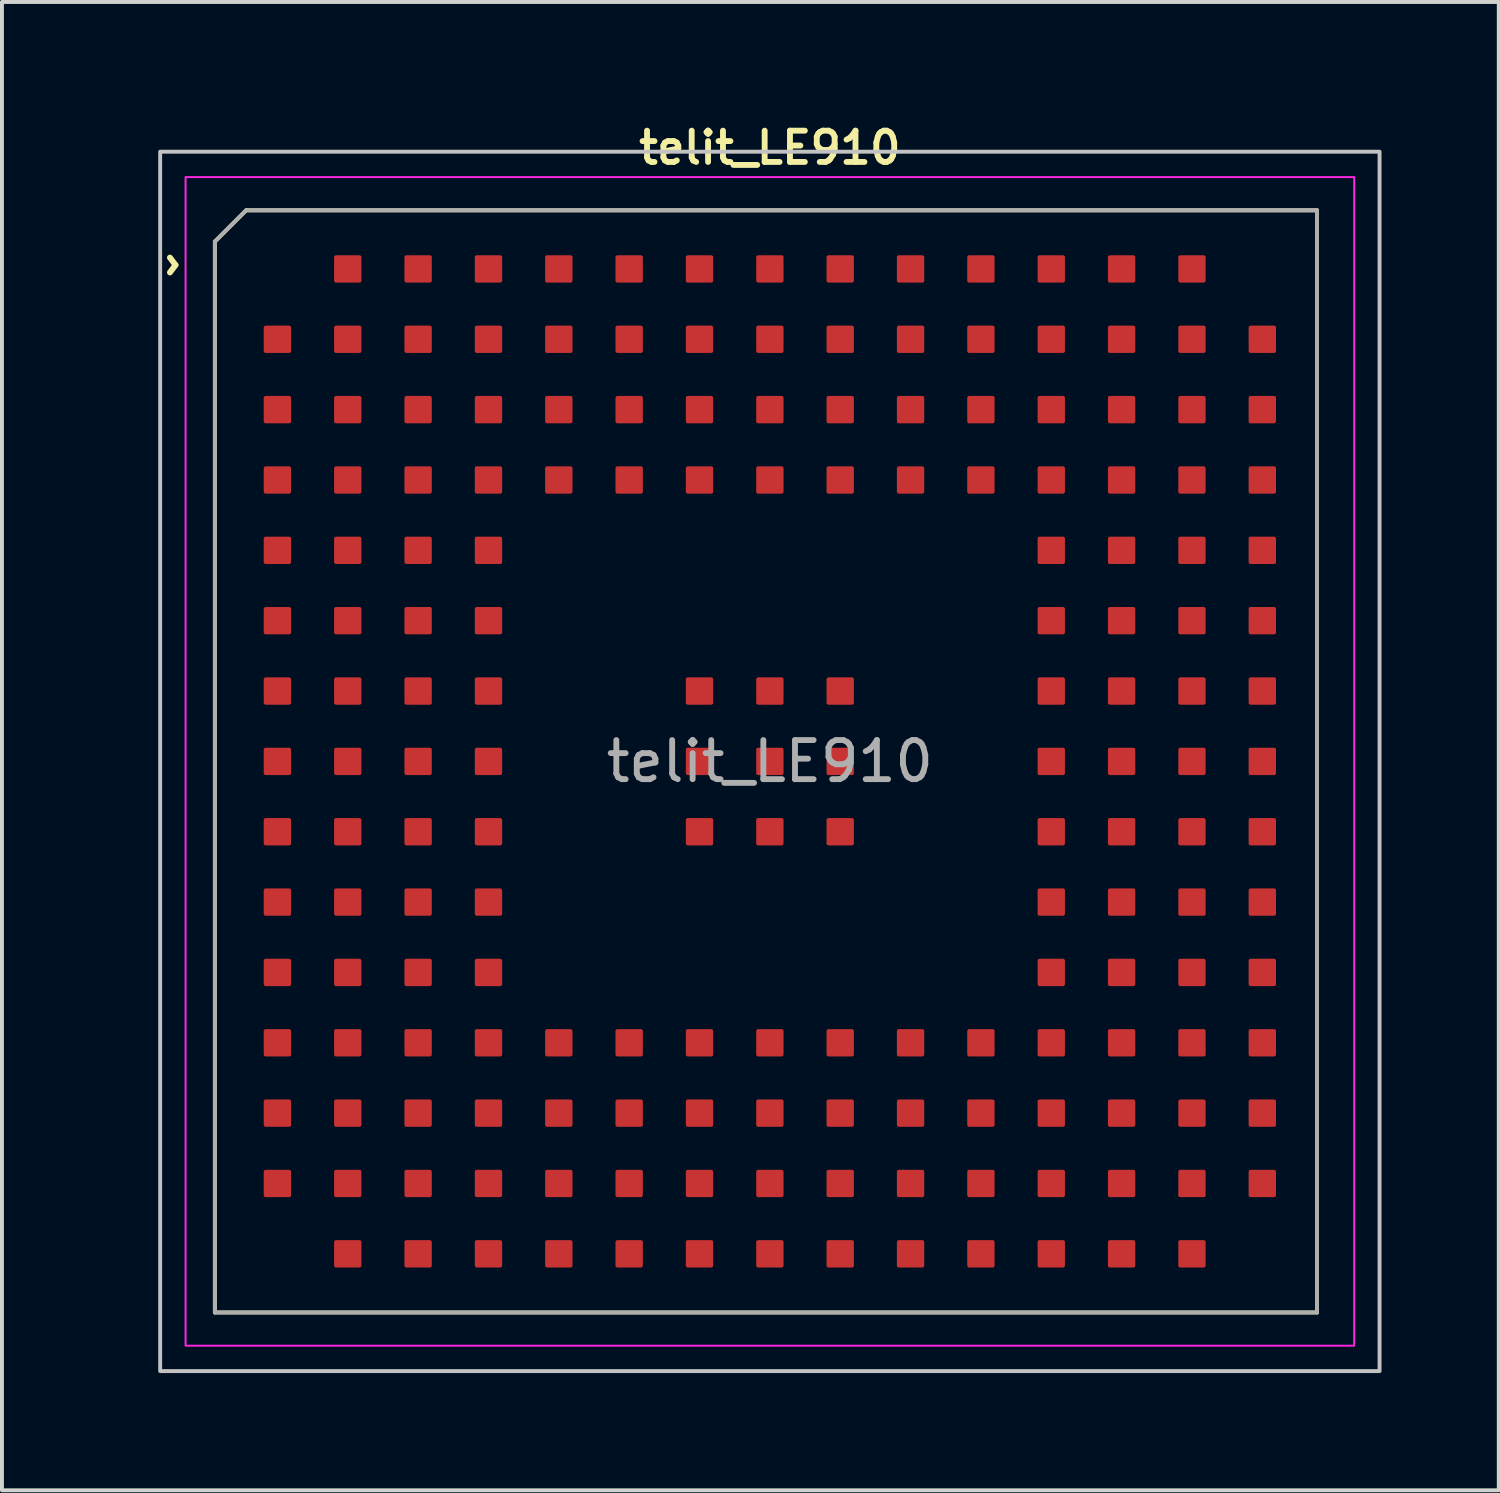
<source format=kicad_pcb>
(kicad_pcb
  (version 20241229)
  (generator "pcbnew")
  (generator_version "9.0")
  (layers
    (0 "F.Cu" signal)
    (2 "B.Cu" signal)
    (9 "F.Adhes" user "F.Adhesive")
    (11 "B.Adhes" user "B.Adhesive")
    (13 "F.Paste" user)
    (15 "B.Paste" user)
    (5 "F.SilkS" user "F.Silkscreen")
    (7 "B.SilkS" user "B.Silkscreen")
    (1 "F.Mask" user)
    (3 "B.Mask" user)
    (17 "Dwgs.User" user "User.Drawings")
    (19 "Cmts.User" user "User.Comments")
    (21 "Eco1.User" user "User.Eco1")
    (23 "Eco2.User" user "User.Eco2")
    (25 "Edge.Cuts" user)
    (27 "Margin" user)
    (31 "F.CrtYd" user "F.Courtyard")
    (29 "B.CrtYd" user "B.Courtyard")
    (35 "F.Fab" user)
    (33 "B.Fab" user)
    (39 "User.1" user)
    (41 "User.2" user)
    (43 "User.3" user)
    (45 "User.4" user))
  (footprint "telit_LE910"
    (layer "F.Cu")
    (at 16.648 16.431)
    (property "Reference" "telit_LE910" (at 0 -15.7 0) (layer "F.SilkS") (effects (font (size 0.8 0.8) (thickness 0.15))))
    (attr smd)
    (fp_line (start -14.2 14.1) (end -14.2 -13.3) (stroke (width 0.1) (type default)) (layer "F.SilkS"))
    (fp_line (start -13.4 -14.1) (end -14.2 -13.3) (stroke (width 0.1) (type default)) (layer "F.SilkS"))
    (fp_line (start -13.4 -14.1) (end 14 -14.1) (stroke (width 0.1) (type default)) (layer "F.SilkS"))
    (fp_line (start 14 -14.1) (end 14 14.1) (stroke (width 0.1) (type default)) (layer "F.SilkS"))
    (fp_line (start 14 14.1) (end -14.2 14.1) (stroke (width 0.1) (type default)) (layer "F.SilkS"))
    (fp_rect (start -15.6 -15.6) (end 15.6 15.6) (stroke (width 0.1) (type default)) (fill no) (layer "Dwgs.User"))
    (fp_rect (start -14.95 -14.95) (end 14.95 14.95) (stroke (width 0.05) (type default)) (fill no) (layer "F.CrtYd"))
    (fp_poly (pts (xy -13.4 -14.1) (xy 14 -14.1) (xy 14 14.1) (xy -14.2 14.1) (xy -14.2 -13.3)) (stroke (width 0.1) (type solid)) (fill no) (layer "F.Fab"))
    (fp_text user "^" (at -15.8 -12.7 270) (unlocked yes) (layer "F.SilkS") (effects (font (size 1 1) (thickness 0.15))))
    (fp_text user "${REFERENCE}" (at 0 0 0) (layer "F.Fab") (effects (font (size 1 1) (thickness 0.15))))
    (pad "A2" smd roundrect (at -12.6 -10.8) (size 0.7 0.7) (layers "F.Cu" "F.Mask" "F.Paste") (roundrect_rratio 0.071))
    (pad "A3" smd roundrect (at -12.6 -9) (size 0.7 0.7) (layers "F.Cu" "F.Mask" "F.Paste") (roundrect_rratio 0.071))
    (pad "A4" smd roundrect (at -12.6 -7.2) (size 0.7 0.7) (layers "F.Cu" "F.Mask" "F.Paste") (roundrect_rratio 0.071))
    (pad "A5" smd roundrect (at -12.6 -5.4) (size 0.7 0.7) (layers "F.Cu" "F.Mask" "F.Paste") (roundrect_rratio 0.071))
    (pad "A6" smd roundrect (at -12.6 -3.6) (size 0.7 0.7) (layers "F.Cu" "F.Mask" "F.Paste") (roundrect_rratio 0.071))
    (pad "A7" smd roundrect (at -12.6 -1.8) (size 0.7 0.7) (layers "F.Cu" "F.Mask" "F.Paste") (roundrect_rratio 0.071))
    (pad "A8" smd roundrect (at -12.6 0) (size 0.7 0.7) (layers "F.Cu" "F.Mask" "F.Paste") (roundrect_rratio 0.071))
    (pad "A9" smd roundrect (at -12.6 1.8) (size 0.7 0.7) (layers "F.Cu" "F.Mask" "F.Paste") (roundrect_rratio 0.071))
    (pad "A10" smd roundrect (at -12.6 3.6) (size 0.7 0.7) (layers "F.Cu" "F.Mask" "F.Paste") (roundrect_rratio 0.071))
    (pad "A11" smd roundrect (at -12.6 5.4) (size 0.7 0.7) (layers "F.Cu" "F.Mask" "F.Paste") (roundrect_rratio 0.071))
    (pad "A12" smd roundrect (at -12.6 7.2) (size 0.7 0.7) (layers "F.Cu" "F.Mask" "F.Paste") (roundrect_rratio 0.071))
    (pad "A13" smd roundrect (at -12.6 9) (size 0.7 0.7) (layers "F.Cu" "F.Mask" "F.Paste") (roundrect_rratio 0.071))
    (pad "A14" smd roundrect (at -12.6 10.8) (size 0.7 0.7) (layers "F.Cu" "F.Mask" "F.Paste") (roundrect_rratio 0.071))
    (pad "B1" smd roundrect (at -10.8 -12.6) (size 0.7 0.7) (layers "F.Cu" "F.Mask" "F.Paste") (roundrect_rratio 0.071))
    (pad "B2" smd roundrect (at -10.8 -10.8) (size 0.7 0.7) (layers "F.Cu" "F.Mask" "F.Paste") (roundrect_rratio 0.071))
    (pad "B3" smd roundrect (at -10.8 -9) (size 0.7 0.7) (layers "F.Cu" "F.Mask" "F.Paste") (roundrect_rratio 0.071))
    (pad "B4" smd roundrect (at -10.8 -7.2) (size 0.7 0.7) (layers "F.Cu" "F.Mask" "F.Paste") (roundrect_rratio 0.071))
    (pad "B5" smd roundrect (at -10.8 -5.4) (size 0.7 0.7) (layers "F.Cu" "F.Mask" "F.Paste") (roundrect_rratio 0.071))
    (pad "B6" smd roundrect (at -10.8 -3.6) (size 0.7 0.7) (layers "F.Cu" "F.Mask" "F.Paste") (roundrect_rratio 0.071))
    (pad "B7" smd roundrect (at -10.8 -1.8) (size 0.7 0.7) (layers "F.Cu" "F.Mask" "F.Paste") (roundrect_rratio 0.071))
    (pad "B8" smd roundrect (at -10.8 0) (size 0.7 0.7) (layers "F.Cu" "F.Mask" "F.Paste") (roundrect_rratio 0.071))
    (pad "B9" smd roundrect (at -10.8 1.8) (size 0.7 0.7) (layers "F.Cu" "F.Mask" "F.Paste") (roundrect_rratio 0.071))
    (pad "B10" smd roundrect (at -10.8 3.6) (size 0.7 0.7) (layers "F.Cu" "F.Mask" "F.Paste") (roundrect_rratio 0.071))
    (pad "B11" smd roundrect (at -10.8 5.4) (size 0.7 0.7) (layers "F.Cu" "F.Mask" "F.Paste") (roundrect_rratio 0.071))
    (pad "B12" smd roundrect (at -10.8 7.2) (size 0.7 0.7) (layers "F.Cu" "F.Mask" "F.Paste") (roundrect_rratio 0.071))
    (pad "B13" smd roundrect (at -10.8 9) (size 0.7 0.7) (layers "F.Cu" "F.Mask" "F.Paste") (roundrect_rratio 0.071))
    (pad "B14" smd roundrect (at -10.8 10.8) (size 0.7 0.7) (layers "F.Cu" "F.Mask" "F.Paste") (roundrect_rratio 0.071))
    (pad "B15" smd roundrect (at -10.8 12.6) (size 0.7 0.7) (layers "F.Cu" "F.Mask" "F.Paste") (roundrect_rratio 0.071))
    (pad "C1" smd roundrect (at -9 -12.6) (size 0.7 0.7) (layers "F.Cu" "F.Mask" "F.Paste") (roundrect_rratio 0.071))
    (pad "C2" smd roundrect (at -9 -10.8) (size 0.7 0.7) (layers "F.Cu" "F.Mask" "F.Paste") (roundrect_rratio 0.071))
    (pad "C3" smd roundrect (at -9 -9) (size 0.7 0.7) (layers "F.Cu" "F.Mask" "F.Paste") (roundrect_rratio 0.071))
    (pad "C4" smd roundrect (at -9 -7.2) (size 0.7 0.7) (layers "F.Cu" "F.Mask" "F.Paste") (roundrect_rratio 0.071))
    (pad "C5" smd roundrect (at -9 -5.4) (size 0.7 0.7) (layers "F.Cu" "F.Mask" "F.Paste") (roundrect_rratio 0.071))
    (pad "C6" smd roundrect (at -9 -3.6) (size 0.7 0.7) (layers "F.Cu" "F.Mask" "F.Paste") (roundrect_rratio 0.071))
    (pad "C7" smd roundrect (at -9 -1.8) (size 0.7 0.7) (layers "F.Cu" "F.Mask" "F.Paste") (roundrect_rratio 0.071))
    (pad "C8" smd roundrect (at -9 0) (size 0.7 0.7) (layers "F.Cu" "F.Mask" "F.Paste") (roundrect_rratio 0.071))
    (pad "C9" smd roundrect (at -9 1.8) (size 0.7 0.7) (layers "F.Cu" "F.Mask" "F.Paste") (roundrect_rratio 0.071))
    (pad "C10" smd roundrect (at -9 3.6) (size 0.7 0.7) (layers "F.Cu" "F.Mask" "F.Paste") (roundrect_rratio 0.071))
    (pad "C11" smd roundrect (at -9 5.4) (size 0.7 0.7) (layers "F.Cu" "F.Mask" "F.Paste") (roundrect_rratio 0.071))
    (pad "C12" smd roundrect (at -9 7.2) (size 0.7 0.7) (layers "F.Cu" "F.Mask" "F.Paste") (roundrect_rratio 0.071))
    (pad "C13" smd roundrect (at -9 9) (size 0.7 0.7) (layers "F.Cu" "F.Mask" "F.Paste") (roundrect_rratio 0.071))
    (pad "C14" smd roundrect (at -9 10.8) (size 0.7 0.7) (layers "F.Cu" "F.Mask" "F.Paste") (roundrect_rratio 0.071))
    (pad "C15" smd roundrect (at -9 12.6) (size 0.7 0.7) (layers "F.Cu" "F.Mask" "F.Paste") (roundrect_rratio 0.071))
    (pad "D1" smd roundrect (at -7.2 -12.6) (size 0.7 0.7) (layers "F.Cu" "F.Mask" "F.Paste") (roundrect_rratio 0.071))
    (pad "D2" smd roundrect (at -7.2 -10.8) (size 0.7 0.7) (layers "F.Cu" "F.Mask" "F.Paste") (roundrect_rratio 0.071))
    (pad "D3" smd roundrect (at -7.2 -9) (size 0.7 0.7) (layers "F.Cu" "F.Mask" "F.Paste") (roundrect_rratio 0.071))
    (pad "D4" smd roundrect (at -7.2 -7.2) (size 0.7 0.7) (layers "F.Cu" "F.Mask" "F.Paste") (roundrect_rratio 0.071))
    (pad "D5" smd roundrect (at -7.2 -5.4) (size 0.7 0.7) (layers "F.Cu" "F.Mask" "F.Paste") (roundrect_rratio 0.071))
    (pad "D6" smd roundrect (at -7.2 -3.6) (size 0.7 0.7) (layers "F.Cu" "F.Mask" "F.Paste") (roundrect_rratio 0.071))
    (pad "D7" smd roundrect (at -7.2 -1.8) (size 0.7 0.7) (layers "F.Cu" "F.Mask" "F.Paste") (roundrect_rratio 0.071))
    (pad "D8" smd roundrect (at -7.2 0) (size 0.7 0.7) (layers "F.Cu" "F.Mask" "F.Paste") (roundrect_rratio 0.071))
    (pad "D9" smd roundrect (at -7.2 1.8) (size 0.7 0.7) (layers "F.Cu" "F.Mask" "F.Paste") (roundrect_rratio 0.071))
    (pad "D10" smd roundrect (at -7.2 3.6) (size 0.7 0.7) (layers "F.Cu" "F.Mask" "F.Paste") (roundrect_rratio 0.071))
    (pad "D11" smd roundrect (at -7.2 5.4) (size 0.7 0.7) (layers "F.Cu" "F.Mask" "F.Paste") (roundrect_rratio 0.071))
    (pad "D12" smd roundrect (at -7.2 7.2) (size 0.7 0.7) (layers "F.Cu" "F.Mask" "F.Paste") (roundrect_rratio 0.071))
    (pad "D13" smd roundrect (at -7.2 9) (size 0.7 0.7) (layers "F.Cu" "F.Mask" "F.Paste") (roundrect_rratio 0.071))
    (pad "D14" smd roundrect (at -7.2 10.8) (size 0.7 0.7) (layers "F.Cu" "F.Mask" "F.Paste") (roundrect_rratio 0.071))
    (pad "D15" smd roundrect (at -7.2 12.6) (size 0.7 0.7) (layers "F.Cu" "F.Mask" "F.Paste") (roundrect_rratio 0.071))
    (pad "E1" smd roundrect (at -5.4 -12.6) (size 0.7 0.7) (layers "F.Cu" "F.Mask" "F.Paste") (roundrect_rratio 0.071))
    (pad "E2" smd roundrect (at -5.4 -10.8) (size 0.7 0.7) (layers "F.Cu" "F.Mask" "F.Paste") (roundrect_rratio 0.071))
    (pad "E3" smd roundrect (at -5.4 -9) (size 0.7 0.7) (layers "F.Cu" "F.Mask" "F.Paste") (roundrect_rratio 0.071))
    (pad "E4" smd roundrect (at -5.4 -7.2) (size 0.7 0.7) (layers "F.Cu" "F.Mask" "F.Paste") (roundrect_rratio 0.071))
    (pad "E12" smd roundrect (at -5.4 7.2) (size 0.7 0.7) (layers "F.Cu" "F.Mask" "F.Paste") (roundrect_rratio 0.071))
    (pad "E13" smd roundrect (at -5.4 9) (size 0.7 0.7) (layers "F.Cu" "F.Mask" "F.Paste") (roundrect_rratio 0.071))
    (pad "E14" smd roundrect (at -5.4 10.8) (size 0.7 0.7) (layers "F.Cu" "F.Mask" "F.Paste") (roundrect_rratio 0.071))
    (pad "E15" smd roundrect (at -5.4 12.6) (size 0.7 0.7) (layers "F.Cu" "F.Mask" "F.Paste") (roundrect_rratio 0.071))
    (pad "F1" smd roundrect (at -3.6 -12.6) (size 0.7 0.7) (layers "F.Cu" "F.Mask" "F.Paste") (roundrect_rratio 0.071))
    (pad "F2" smd roundrect (at -3.6 -10.8) (size 0.7 0.7) (layers "F.Cu" "F.Mask" "F.Paste") (roundrect_rratio 0.071))
    (pad "F3" smd roundrect (at -3.6 -9) (size 0.7 0.7) (layers "F.Cu" "F.Mask" "F.Paste") (roundrect_rratio 0.071))
    (pad "F4" smd roundrect (at -3.6 -7.2) (size 0.7 0.7) (layers "F.Cu" "F.Mask" "F.Paste") (roundrect_rratio 0.071))
    (pad "F12" smd roundrect (at -3.6 7.2) (size 0.7 0.7) (layers "F.Cu" "F.Mask" "F.Paste") (roundrect_rratio 0.071))
    (pad "F13" smd roundrect (at -3.6 9) (size 0.7 0.7) (layers "F.Cu" "F.Mask" "F.Paste") (roundrect_rratio 0.071))
    (pad "F14" smd roundrect (at -3.6 10.8) (size 0.7 0.7) (layers "F.Cu" "F.Mask" "F.Paste") (roundrect_rratio 0.071))
    (pad "F15" smd roundrect (at -3.6 12.6) (size 0.7 0.7) (layers "F.Cu" "F.Mask" "F.Paste") (roundrect_rratio 0.071))
    (pad "G1" smd roundrect (at -1.8 -12.6) (size 0.7 0.7) (layers "F.Cu" "F.Mask" "F.Paste") (roundrect_rratio 0.071))
    (pad "G2" smd roundrect (at -1.8 -10.8) (size 0.7 0.7) (layers "F.Cu" "F.Mask" "F.Paste") (roundrect_rratio 0.071))
    (pad "G3" smd roundrect (at -1.8 -9) (size 0.7 0.7) (layers "F.Cu" "F.Mask" "F.Paste") (roundrect_rratio 0.071))
    (pad "G4" smd roundrect (at -1.8 -7.2) (size 0.7 0.7) (layers "F.Cu" "F.Mask" "F.Paste") (roundrect_rratio 0.071))
    (pad "G7" smd roundrect (at -1.8 -1.8) (size 0.7 0.7) (layers "F.Cu" "F.Mask" "F.Paste") (roundrect_rratio 0.071))
    (pad "G8" smd roundrect (at -1.8 0) (size 0.7 0.7) (layers "F.Cu" "F.Mask" "F.Paste") (roundrect_rratio 0.071))
    (pad "G9" smd roundrect (at -1.8 1.8) (size 0.7 0.7) (layers "F.Cu" "F.Mask" "F.Paste") (roundrect_rratio 0.071))
    (pad "G12" smd roundrect (at -1.8 7.2) (size 0.7 0.7) (layers "F.Cu" "F.Mask" "F.Paste") (roundrect_rratio 0.071))
    (pad "G13" smd roundrect (at -1.8 9) (size 0.7 0.7) (layers "F.Cu" "F.Mask" "F.Paste") (roundrect_rratio 0.071))
    (pad "G14" smd roundrect (at -1.8 10.8) (size 0.7 0.7) (layers "F.Cu" "F.Mask" "F.Paste") (roundrect_rratio 0.071))
    (pad "G15" smd roundrect (at -1.8 12.6) (size 0.7 0.7) (layers "F.Cu" "F.Mask" "F.Paste") (roundrect_rratio 0.071))
    (pad "H1" smd roundrect (at 0 -12.6) (size 0.7 0.7) (layers "F.Cu" "F.Mask" "F.Paste") (roundrect_rratio 0.071))
    (pad "H2" smd roundrect (at 0 -10.8) (size 0.7 0.7) (layers "F.Cu" "F.Mask" "F.Paste") (roundrect_rratio 0.071))
    (pad "H3" smd roundrect (at 0 -9) (size 0.7 0.7) (layers "F.Cu" "F.Mask" "F.Paste") (roundrect_rratio 0.071))
    (pad "H4" smd roundrect (at 0 -7.2) (size 0.7 0.7) (layers "F.Cu" "F.Mask" "F.Paste") (roundrect_rratio 0.071))
    (pad "H7" smd roundrect (at 0 -1.8) (size 0.7 0.7) (layers "F.Cu" "F.Mask" "F.Paste") (roundrect_rratio 0.071))
    (pad "H8" smd roundrect (at 0 0) (size 0.7 0.7) (layers "F.Cu" "F.Mask" "F.Paste") (roundrect_rratio 0.071))
    (pad "H9" smd roundrect (at 0 1.8) (size 0.7 0.7) (layers "F.Cu" "F.Mask" "F.Paste") (roundrect_rratio 0.071))
    (pad "H12" smd roundrect (at 0 7.2) (size 0.7 0.7) (layers "F.Cu" "F.Mask" "F.Paste") (roundrect_rratio 0.071))
    (pad "H13" smd roundrect (at 0 9) (size 0.7 0.7) (layers "F.Cu" "F.Mask" "F.Paste") (roundrect_rratio 0.071))
    (pad "H14" smd roundrect (at 0 10.8) (size 0.7 0.7) (layers "F.Cu" "F.Mask" "F.Paste") (roundrect_rratio 0.071))
    (pad "H15" smd roundrect (at 0 12.6) (size 0.7 0.7) (layers "F.Cu" "F.Mask" "F.Paste") (roundrect_rratio 0.071))
    (pad "J1" smd roundrect (at 1.8 -12.6) (size 0.7 0.7) (layers "F.Cu" "F.Mask" "F.Paste") (roundrect_rratio 0.071))
    (pad "J2" smd roundrect (at 1.8 -10.8) (size 0.7 0.7) (layers "F.Cu" "F.Mask" "F.Paste") (roundrect_rratio 0.071))
    (pad "J3" smd roundrect (at 1.8 -9) (size 0.7 0.7) (layers "F.Cu" "F.Mask" "F.Paste") (roundrect_rratio 0.071))
    (pad "J4" smd roundrect (at 1.8 -7.2) (size 0.7 0.7) (layers "F.Cu" "F.Mask" "F.Paste") (roundrect_rratio 0.071))
    (pad "J7" smd roundrect (at 1.8 -1.8) (size 0.7 0.7) (layers "F.Cu" "F.Mask" "F.Paste") (roundrect_rratio 0.071))
    (pad "J8" smd roundrect (at 1.8 0) (size 0.7 0.7) (layers "F.Cu" "F.Mask" "F.Paste") (roundrect_rratio 0.071))
    (pad "J9" smd roundrect (at 1.8 1.8) (size 0.7 0.7) (layers "F.Cu" "F.Mask" "F.Paste") (roundrect_rratio 0.071))
    (pad "J12" smd roundrect (at 1.8 7.2) (size 0.7 0.7) (layers "F.Cu" "F.Mask" "F.Paste") (roundrect_rratio 0.071))
    (pad "J13" smd roundrect (at 1.8 9) (size 0.7 0.7) (layers "F.Cu" "F.Mask" "F.Paste") (roundrect_rratio 0.071))
    (pad "J14" smd roundrect (at 1.8 10.8) (size 0.7 0.7) (layers "F.Cu" "F.Mask" "F.Paste") (roundrect_rratio 0.071))
    (pad "J15" smd roundrect (at 1.8 12.6) (size 0.7 0.7) (layers "F.Cu" "F.Mask" "F.Paste") (roundrect_rratio 0.071))
    (pad "K1" smd roundrect (at 3.6 -12.6) (size 0.7 0.7) (layers "F.Cu" "F.Mask" "F.Paste") (roundrect_rratio 0.071))
    (pad "K2" smd roundrect (at 3.6 -10.8) (size 0.7 0.7) (layers "F.Cu" "F.Mask" "F.Paste") (roundrect_rratio 0.071))
    (pad "K3" smd roundrect (at 3.6 -9) (size 0.7 0.7) (layers "F.Cu" "F.Mask" "F.Paste") (roundrect_rratio 0.071))
    (pad "K4" smd roundrect (at 3.6 -7.2) (size 0.7 0.7) (layers "F.Cu" "F.Mask" "F.Paste") (roundrect_rratio 0.071))
    (pad "K12" smd roundrect (at 3.6 7.2) (size 0.7 0.7) (layers "F.Cu" "F.Mask" "F.Paste") (roundrect_rratio 0.071))
    (pad "K13" smd roundrect (at 3.6 9) (size 0.7 0.7) (layers "F.Cu" "F.Mask" "F.Paste") (roundrect_rratio 0.071))
    (pad "K14" smd roundrect (at 3.6 10.8) (size 0.7 0.7) (layers "F.Cu" "F.Mask" "F.Paste") (roundrect_rratio 0.071))
    (pad "K15" smd roundrect (at 3.6 12.6) (size 0.7 0.7) (layers "F.Cu" "F.Mask" "F.Paste") (roundrect_rratio 0.071))
    (pad "L1" smd roundrect (at 5.4 -12.6) (size 0.7 0.7) (layers "F.Cu" "F.Mask" "F.Paste") (roundrect_rratio 0.071))
    (pad "L2" smd roundrect (at 5.4 -10.8) (size 0.7 0.7) (layers "F.Cu" "F.Mask" "F.Paste") (roundrect_rratio 0.071))
    (pad "L3" smd roundrect (at 5.4 -9) (size 0.7 0.7) (layers "F.Cu" "F.Mask" "F.Paste") (roundrect_rratio 0.071))
    (pad "L4" smd roundrect (at 5.4 -7.2) (size 0.7 0.7) (layers "F.Cu" "F.Mask" "F.Paste") (roundrect_rratio 0.071))
    (pad "L12" smd roundrect (at 5.4 7.2) (size 0.7 0.7) (layers "F.Cu" "F.Mask" "F.Paste") (roundrect_rratio 0.071))
    (pad "L13" smd roundrect (at 5.4 9) (size 0.7 0.7) (layers "F.Cu" "F.Mask" "F.Paste") (roundrect_rratio 0.071))
    (pad "L14" smd roundrect (at 5.4 10.8) (size 0.7 0.7) (layers "F.Cu" "F.Mask" "F.Paste") (roundrect_rratio 0.071))
    (pad "L15" smd roundrect (at 5.4 12.6) (size 0.7 0.7) (layers "F.Cu" "F.Mask" "F.Paste") (roundrect_rratio 0.071))
    (pad "M1" smd roundrect (at 7.2 -12.6) (size 0.7 0.7) (layers "F.Cu" "F.Mask" "F.Paste") (roundrect_rratio 0.071))
    (pad "M2" smd roundrect (at 7.2 -10.8) (size 0.7 0.7) (layers "F.Cu" "F.Mask" "F.Paste") (roundrect_rratio 0.071))
    (pad "M3" smd roundrect (at 7.2 -9) (size 0.7 0.7) (layers "F.Cu" "F.Mask" "F.Paste") (roundrect_rratio 0.071))
    (pad "M4" smd roundrect (at 7.2 -7.2) (size 0.7 0.7) (layers "F.Cu" "F.Mask" "F.Paste") (roundrect_rratio 0.071))
    (pad "M5" smd roundrect (at 7.2 -5.4) (size 0.7 0.7) (layers "F.Cu" "F.Mask" "F.Paste") (roundrect_rratio 0.071))
    (pad "M6" smd roundrect (at 7.2 -3.6) (size 0.7 0.7) (layers "F.Cu" "F.Mask" "F.Paste") (roundrect_rratio 0.071))
    (pad "M7" smd roundrect (at 7.2 -1.8) (size 0.7 0.7) (layers "F.Cu" "F.Mask" "F.Paste") (roundrect_rratio 0.071))
    (pad "M8" smd roundrect (at 7.2 0) (size 0.7 0.7) (layers "F.Cu" "F.Mask" "F.Paste") (roundrect_rratio 0.071))
    (pad "M9" smd roundrect (at 7.2 1.8) (size 0.7 0.7) (layers "F.Cu" "F.Mask" "F.Paste") (roundrect_rratio 0.071))
    (pad "M10" smd roundrect (at 7.2 3.6) (size 0.7 0.7) (layers "F.Cu" "F.Mask" "F.Paste") (roundrect_rratio 0.071))
    (pad "M11" smd roundrect (at 7.2 5.4) (size 0.7 0.7) (layers "F.Cu" "F.Mask" "F.Paste") (roundrect_rratio 0.071))
    (pad "M12" smd roundrect (at 7.2 7.2) (size 0.7 0.7) (layers "F.Cu" "F.Mask" "F.Paste") (roundrect_rratio 0.071))
    (pad "M13" smd roundrect (at 7.2 9) (size 0.7 0.7) (layers "F.Cu" "F.Mask" "F.Paste") (roundrect_rratio 0.071))
    (pad "M14" smd roundrect (at 7.2 10.8) (size 0.7 0.7) (layers "F.Cu" "F.Mask" "F.Paste") (roundrect_rratio 0.071))
    (pad "M15" smd roundrect (at 7.2 12.6) (size 0.7 0.7) (layers "F.Cu" "F.Mask" "F.Paste") (roundrect_rratio 0.071))
    (pad "N1" smd roundrect (at 9 -12.6) (size 0.7 0.7) (layers "F.Cu" "F.Mask" "F.Paste") (roundrect_rratio 0.071))
    (pad "N2" smd roundrect (at 9 -10.8) (size 0.7 0.7) (layers "F.Cu" "F.Mask" "F.Paste") (roundrect_rratio 0.071))
    (pad "N3" smd roundrect (at 9 -9) (size 0.7 0.7) (layers "F.Cu" "F.Mask" "F.Paste") (roundrect_rratio 0.071))
    (pad "N4" smd roundrect (at 9 -7.2) (size 0.7 0.7) (layers "F.Cu" "F.Mask" "F.Paste") (roundrect_rratio 0.071))
    (pad "N5" smd roundrect (at 9 -5.4) (size 0.7 0.7) (layers "F.Cu" "F.Mask" "F.Paste") (roundrect_rratio 0.071))
    (pad "N6" smd roundrect (at 9 -3.6) (size 0.7 0.7) (layers "F.Cu" "F.Mask" "F.Paste") (roundrect_rratio 0.071))
    (pad "N7" smd roundrect (at 9 -1.8) (size 0.7 0.7) (layers "F.Cu" "F.Mask" "F.Paste") (roundrect_rratio 0.071))
    (pad "N8" smd roundrect (at 9 0) (size 0.7 0.7) (layers "F.Cu" "F.Mask" "F.Paste") (roundrect_rratio 0.071))
    (pad "N9" smd roundrect (at 9 1.8) (size 0.7 0.7) (layers "F.Cu" "F.Mask" "F.Paste") (roundrect_rratio 0.071))
    (pad "N10" smd roundrect (at 9 3.6) (size 0.7 0.7) (layers "F.Cu" "F.Mask" "F.Paste") (roundrect_rratio 0.071))
    (pad "N11" smd roundrect (at 9 5.4) (size 0.7 0.7) (layers "F.Cu" "F.Mask" "F.Paste") (roundrect_rratio 0.071))
    (pad "N12" smd roundrect (at 9 7.2) (size 0.7 0.7) (layers "F.Cu" "F.Mask" "F.Paste") (roundrect_rratio 0.071))
    (pad "N13" smd roundrect (at 9 9) (size 0.7 0.7) (layers "F.Cu" "F.Mask" "F.Paste") (roundrect_rratio 0.071))
    (pad "N14" smd roundrect (at 9 10.8) (size 0.7 0.7) (layers "F.Cu" "F.Mask" "F.Paste") (roundrect_rratio 0.071))
    (pad "N15" smd roundrect (at 9 12.6) (size 0.7 0.7) (layers "F.Cu" "F.Mask" "F.Paste") (roundrect_rratio 0.071))
    (pad "P1" smd roundrect (at 10.8 -12.6) (size 0.7 0.7) (layers "F.Cu" "F.Mask" "F.Paste") (roundrect_rratio 0.071))
    (pad "P2" smd roundrect (at 10.8 -10.8) (size 0.7 0.7) (layers "F.Cu" "F.Mask" "F.Paste") (roundrect_rratio 0.071))
    (pad "P3" smd roundrect (at 10.8 -9) (size 0.7 0.7) (layers "F.Cu" "F.Mask" "F.Paste") (roundrect_rratio 0.071))
    (pad "P4" smd roundrect (at 10.8 -7.2) (size 0.7 0.7) (layers "F.Cu" "F.Mask" "F.Paste") (roundrect_rratio 0.071))
    (pad "P5" smd roundrect (at 10.8 -5.4) (size 0.7 0.7) (layers "F.Cu" "F.Mask" "F.Paste") (roundrect_rratio 0.071))
    (pad "P6" smd roundrect (at 10.8 -3.6) (size 0.7 0.7) (layers "F.Cu" "F.Mask" "F.Paste") (roundrect_rratio 0.071))
    (pad "P7" smd roundrect (at 10.8 -1.8) (size 0.7 0.7) (layers "F.Cu" "F.Mask" "F.Paste") (roundrect_rratio 0.071))
    (pad "P8" smd roundrect (at 10.8 0) (size 0.7 0.7) (layers "F.Cu" "F.Mask" "F.Paste") (roundrect_rratio 0.071))
    (pad "P9" smd roundrect (at 10.8 1.8) (size 0.7 0.7) (layers "F.Cu" "F.Mask" "F.Paste") (roundrect_rratio 0.071))
    (pad "P10" smd roundrect (at 10.8 3.6) (size 0.7 0.7) (layers "F.Cu" "F.Mask" "F.Paste") (roundrect_rratio 0.071))
    (pad "P11" smd roundrect (at 10.8 5.4) (size 0.7 0.7) (layers "F.Cu" "F.Mask" "F.Paste") (roundrect_rratio 0.071))
    (pad "P12" smd roundrect (at 10.8 7.2) (size 0.7 0.7) (layers "F.Cu" "F.Mask" "F.Paste") (roundrect_rratio 0.071))
    (pad "P13" smd roundrect (at 10.8 9) (size 0.7 0.7) (layers "F.Cu" "F.Mask" "F.Paste") (roundrect_rratio 0.071))
    (pad "P14" smd roundrect (at 10.8 10.8) (size 0.7 0.7) (layers "F.Cu" "F.Mask" "F.Paste") (roundrect_rratio 0.071))
    (pad "P15" smd roundrect (at 10.8 12.6) (size 0.7 0.7) (layers "F.Cu" "F.Mask" "F.Paste") (roundrect_rratio 0.071))
    (pad "R2" smd roundrect (at 12.6 -10.8) (size 0.7 0.7) (layers "F.Cu" "F.Mask" "F.Paste") (roundrect_rratio 0.071))
    (pad "R3" smd roundrect (at 12.6 -9) (size 0.7 0.7) (layers "F.Cu" "F.Mask" "F.Paste") (roundrect_rratio 0.071))
    (pad "R4" smd roundrect (at 12.6 -7.2) (size 0.7 0.7) (layers "F.Cu" "F.Mask" "F.Paste") (roundrect_rratio 0.071))
    (pad "R5" smd roundrect (at 12.6 -5.4) (size 0.7 0.7) (layers "F.Cu" "F.Mask" "F.Paste") (roundrect_rratio 0.071))
    (pad "R6" smd roundrect (at 12.6 -3.6) (size 0.7 0.7) (layers "F.Cu" "F.Mask" "F.Paste") (roundrect_rratio 0.071))
    (pad "R7" smd roundrect (at 12.6 -1.8) (size 0.7 0.7) (layers "F.Cu" "F.Mask" "F.Paste") (roundrect_rratio 0.071))
    (pad "R8" smd roundrect (at 12.6 0) (size 0.7 0.7) (layers "F.Cu" "F.Mask" "F.Paste") (roundrect_rratio 0.071))
    (pad "R9" smd roundrect (at 12.6 1.8) (size 0.7 0.7) (layers "F.Cu" "F.Mask" "F.Paste") (roundrect_rratio 0.071))
    (pad "R10" smd roundrect (at 12.6 3.6) (size 0.7 0.7) (layers "F.Cu" "F.Mask" "F.Paste") (roundrect_rratio 0.071))
    (pad "R11" smd roundrect (at 12.6 5.4) (size 0.7 0.7) (layers "F.Cu" "F.Mask" "F.Paste") (roundrect_rratio 0.071))
    (pad "R12" smd roundrect (at 12.6 7.2) (size 0.7 0.7) (layers "F.Cu" "F.Mask" "F.Paste") (roundrect_rratio 0.071))
    (pad "R13" smd roundrect (at 12.6 9) (size 0.7 0.7) (layers "F.Cu" "F.Mask" "F.Paste") (roundrect_rratio 0.071))
    (pad "R14" smd roundrect (at 12.6 10.8) (size 0.7 0.7) (layers "F.Cu" "F.Mask" "F.Paste") (roundrect_rratio 0.071))
    (zone (net_name "") (layer "F.Cu") (hatch edge 0.5) (connect_pads) (min_thickness 0.25) (filled_areas_thickness no) (keepout (tracks not_allowed) (vias not_allowed) (pads not_allowed) (copperpour not_allowed) (footprints allowed)) (placement (enabled no)) (fill) (polygon (pts (xy 23.198 22.981) (xy 10.098 22.981) (xy 10.098 18.881) (xy 23.198 18.881))))
    (zone (net_name "") (layer "F.Cu") (hatch edge 0.5) (connect_pads) (min_thickness 0.25) (filled_areas_thickness no) (keepout (tracks not_allowed) (vias not_allowed) (pads not_allowed) (copperpour not_allowed) (footprints allowed)) (placement (enabled no)) (fill) (polygon (pts (xy 12.498 3.281) (xy 12.498 4.381) (xy 13.598 4.381) (xy 13.598 3.281) (xy 14.148 2.731) (xy 14.198 2.731) (xy 14.298 2.831) (xy 14.398 2.981) (xy 14.498 3.181) (xy 14.498 3.281) (xy 14.298 3.281) (xy 14.298 4.381) (xy 14.548 4.381) (xy 14.448 4.631) (xy 14.298 4.831) (xy 14.048 5.081) (xy 13.898 5.181) (xy 13.598 5.331) (xy 13.598 5.081) (xy 12.498 5.081) (xy 12.498 5.331) (xy 12.348 5.281) (xy 12.098 5.131) (xy 11.848 4.881) (xy 11.698 4.681) (xy 11.598 4.531) (xy 11.548 4.381) (xy 11.798 4.381) (xy 11.798 3.281) (xy 11.548 3.281) (xy 11.598 3.131) (xy 11.748 2.881) (xy 11.898 2.731) (xy 11.948 2.731))))
    (zone (net_name "") (layer "F.Cu") (hatch edge 0.5) (connect_pads) (min_thickness 0.25) (filled_areas_thickness no) (keepout (tracks not_allowed) (vias not_allowed) (pads not_allowed) (copperpour not_allowed) (footprints allowed)) (placement (enabled no)) (fill) (polygon (pts (xy 19.698 3.281) (xy 19.698 4.381) (xy 20.798 4.381) (xy 20.798 3.281) (xy 21.348 2.731) (xy 21.398 2.731) (xy 21.498 2.831) (xy 21.598 2.981) (xy 21.698 3.181) (xy 21.698 3.281) (xy 21.498 3.281) (xy 21.498 4.381) (xy 21.748 4.381) (xy 21.648 4.631) (xy 21.498 4.831) (xy 21.248 5.081) (xy 21.098 5.181) (xy 20.798 5.331) (xy 20.798 5.081) (xy 19.698 5.081) (xy 19.698 5.331) (xy 19.548 5.281) (xy 19.298 5.131) (xy 19.048 4.881) (xy 18.898 4.681) (xy 18.798 4.531) (xy 18.748 4.381) (xy 18.998 4.381) (xy 18.998 3.281) (xy 18.748 3.281) (xy 18.798 3.131) (xy 18.948 2.881) (xy 19.098 2.731) (xy 19.148 2.731))))
    (zone (net_name "") (layer "F.Cu") (hatch edge 0.5) (connect_pads) (min_thickness 0.25) (filled_areas_thickness no) (keepout (tracks not_allowed) (vias not_allowed) (pads not_allowed) (copperpour not_allowed) (footprints allowed)) (placement (enabled no)) (fill) (polygon (pts (xy 29.798 8.681) (xy 28.698 8.681) (xy 28.698 9.781) (xy 29.798 9.781) (xy 30.348 10.331) (xy 30.348 10.381) (xy 30.248 10.481) (xy 30.098 10.581) (xy 29.898 10.681) (xy 29.798 10.681) (xy 29.798 10.481) (xy 28.698 10.481) (xy 28.698 10.731) (xy 28.448 10.631) (xy 28.248 10.481) (xy 27.998 10.231) (xy 27.898 10.081) (xy 27.748 9.781) (xy 27.998 9.781) (xy 27.998 8.681) (xy 27.748 8.681) (xy 27.798 8.531) (xy 27.948 8.281) (xy 28.198 8.031) (xy 28.398 7.881) (xy 28.548 7.781) (xy 28.698 7.731) (xy 28.698 7.981) (xy 29.798 7.981) (xy 29.798 7.731) (xy 29.948 7.781) (xy 30.198 7.931) (xy 30.348 8.081) (xy 30.348 8.131))))
    (zone (net_name "") (layer "F.Cu") (hatch edge 0.5) (connect_pads) (min_thickness 0.25) (filled_areas_thickness no) (keepout (tracks not_allowed) (vias not_allowed) (pads not_allowed) (copperpour not_allowed) (footprints allowed)) (placement (enabled no)) (fill) (polygon (pts (xy 29.798 17.681) (xy 28.698 17.681) (xy 28.698 18.781) (xy 29.798 18.781) (xy 30.348 19.331) (xy 30.348 19.381) (xy 30.248 19.481) (xy 30.098 19.581) (xy 29.898 19.681) (xy 29.798 19.681) (xy 29.798 19.481) (xy 28.698 19.481) (xy 28.698 19.731) (xy 28.448 19.631) (xy 28.248 19.481) (xy 27.998 19.231) (xy 27.898 19.081) (xy 27.748 18.781) (xy 27.998 18.781) (xy 27.998 17.681) (xy 27.748 17.681) (xy 27.798 17.531) (xy 27.948 17.281) (xy 28.198 17.031) (xy 28.398 16.881) (xy 28.548 16.781) (xy 28.698 16.731) (xy 28.698 16.981) (xy 29.798 16.981) (xy 29.798 16.731) (xy 29.948 16.781) (xy 30.198 16.931) (xy 30.348 17.081) (xy 30.348 17.131)))))
  (gr_rect
    (start -3 -3)
    (end 35.298 35.081)
    (stroke (width 0.1) (type default))
    (fill no)
    (layer "Edge.Cuts")))
</source>
